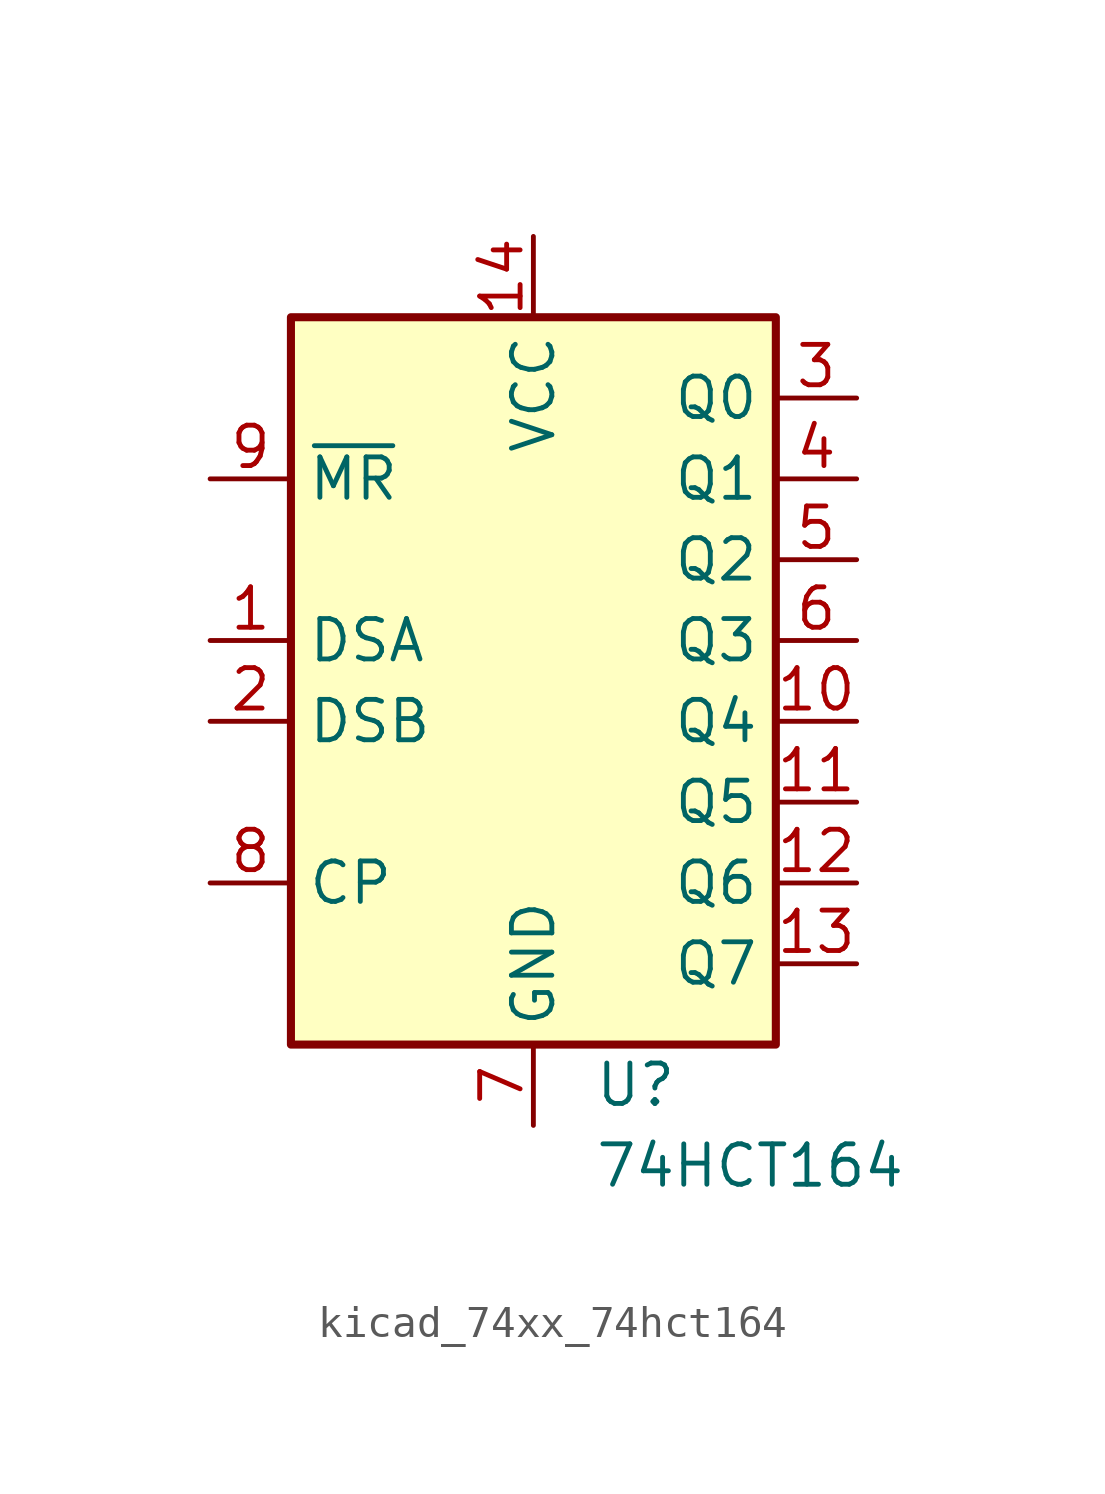
<source format=kicad_sym>
(kicad_symbol_lib
  (version 20220914)
  (generator kicad_symbol_editor)
  (symbol "kicad_74xx_74hct164"
    (property "Reference" "U"
      (at 1.905 -13.97 0)
      (effects (font (size 1.27 1.27)) (justify left)))
    (property "Value" "74HCT164"
      (at 1.905 -16.51 0)
      (effects (font (size 1.27 1.27)) (justify left)))
    (symbol "kicad_74xx_74hct164_0_1"
      (rectangle (start 7.62 10.16) (end -7.62 -12.7) (stroke (width 0.254) (type default)) (fill (type background))))
    (symbol "kicad_74xx_74hct164_1_1"
      (pin input line (at -10.16 0 0) (length 2.54) (name "DSA" (effects (font (size 1.27 1.27)))) (number "1" (effects (font (size 1.27 1.27)))))
      (pin output line (at 10.16 -2.54 180) (length 2.54) (name "Q4" (effects (font (size 1.27 1.27)))) (number "10" (effects (font (size 1.27 1.27)))))
      (pin output line (at 10.16 -5.08 180) (length 2.54) (name "Q5" (effects (font (size 1.27 1.27)))) (number "11" (effects (font (size 1.27 1.27)))))
      (pin output line (at 10.16 -7.62 180) (length 2.54) (name "Q6" (effects (font (size 1.27 1.27)))) (number "12" (effects (font (size 1.27 1.27)))))
      (pin output line (at 10.16 -10.16 180) (length 2.54) (name "Q7" (effects (font (size 1.27 1.27)))) (number "13" (effects (font (size 1.27 1.27)))))
      (pin power_in line (at 0 12.7 270) (length 2.54) (name "VCC" (effects (font (size 1.27 1.27)))) (number "14" (effects (font (size 1.27 1.27)))))
      (pin input line (at -10.16 -2.54 0) (length 2.54) (name "DSB" (effects (font (size 1.27 1.27)))) (number "2" (effects (font (size 1.27 1.27)))))
      (pin output line (at 10.16 7.62 180) (length 2.54) (name "Q0" (effects (font (size 1.27 1.27)))) (number "3" (effects (font (size 1.27 1.27)))))
      (pin output line (at 10.16 5.08 180) (length 2.54) (name "Q1" (effects (font (size 1.27 1.27)))) (number "4" (effects (font (size 1.27 1.27)))))
      (pin output line (at 10.16 2.54 180) (length 2.54) (name "Q2" (effects (font (size 1.27 1.27)))) (number "5" (effects (font (size 1.27 1.27)))))
      (pin output line (at 10.16 0 180) (length 2.54) (name "Q3" (effects (font (size 1.27 1.27)))) (number "6" (effects (font (size 1.27 1.27)))))
      (pin power_in line (at 0 -15.24 90) (length 2.54) (name "GND" (effects (font (size 1.27 1.27)))) (number "7" (effects (font (size 1.27 1.27)))))
      (pin input line (at -10.16 -7.62 0) (length 2.54) (name "CP" (effects (font (size 1.27 1.27)))) (number "8" (effects (font (size 1.27 1.27)))))
      (pin input line (at -10.16 5.08 0) (length 2.54) (name "~{MR}" (effects (font (size 1.27 1.27)))) (number "9" (effects (font (size 1.27 1.27))))))))
</source>
